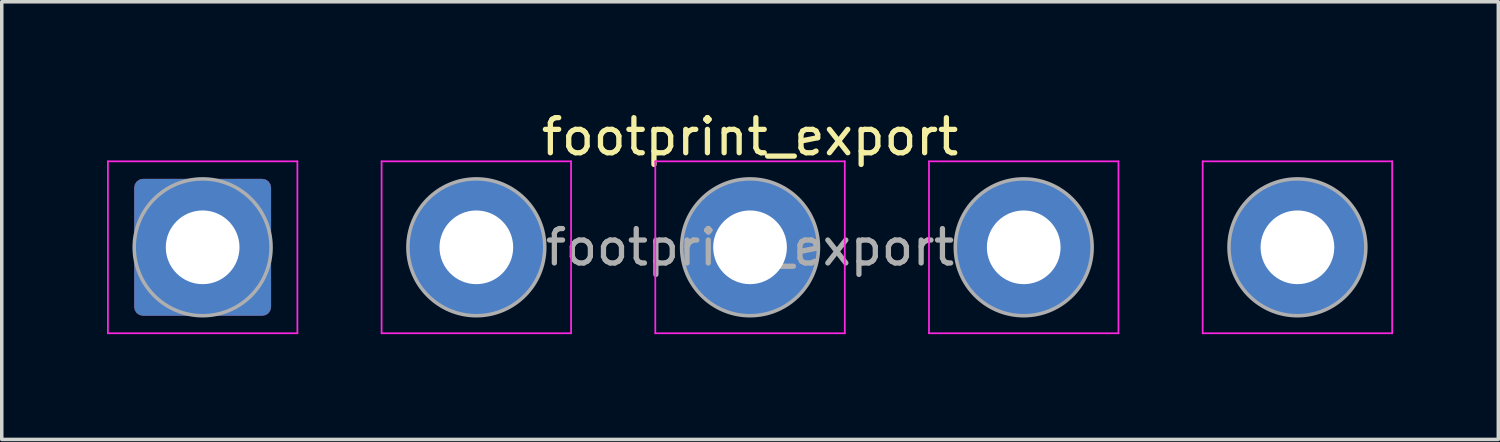
<source format=kicad_pcb>
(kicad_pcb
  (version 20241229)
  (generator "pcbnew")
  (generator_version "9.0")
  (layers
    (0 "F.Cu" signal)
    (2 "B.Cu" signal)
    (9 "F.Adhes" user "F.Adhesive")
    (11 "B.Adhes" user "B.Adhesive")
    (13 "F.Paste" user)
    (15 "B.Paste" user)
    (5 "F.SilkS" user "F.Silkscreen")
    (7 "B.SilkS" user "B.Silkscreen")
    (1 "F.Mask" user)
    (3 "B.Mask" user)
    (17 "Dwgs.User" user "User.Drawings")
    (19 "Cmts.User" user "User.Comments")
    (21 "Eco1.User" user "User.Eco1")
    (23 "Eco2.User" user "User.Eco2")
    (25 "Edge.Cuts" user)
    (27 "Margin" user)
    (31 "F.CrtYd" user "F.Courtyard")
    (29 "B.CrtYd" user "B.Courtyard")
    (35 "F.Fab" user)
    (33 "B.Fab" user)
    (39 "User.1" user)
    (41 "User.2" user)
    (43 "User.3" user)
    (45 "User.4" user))
  (footprint "footprint_export"
    (layer "F.Cu")
    (at 2.725 3.998)
    (property "Reference" "footprint_export" (at 15.6 -3.15 0) (layer "F.SilkS") (effects (font (size 1 1) (thickness 0.15))))
    (attr exclude_from_pos_files exclude_from_bom)
    (fp_line (start -2.7 -2.45) (end -2.7 2.45) (stroke (width 0.05) (type solid)) (layer "F.CrtYd"))
    (fp_line (start -2.7 2.45) (end 2.7 2.45) (stroke (width 0.05) (type solid)) (layer "F.CrtYd"))
    (fp_line (start 2.7 -2.45) (end -2.7 -2.45) (stroke (width 0.05) (type solid)) (layer "F.CrtYd"))
    (fp_line (start 2.7 2.45) (end 2.7 -2.45) (stroke (width 0.05) (type solid)) (layer "F.CrtYd"))
    (fp_line (start 5.1 -2.45) (end 5.1 2.45) (stroke (width 0.05) (type solid)) (layer "F.CrtYd"))
    (fp_line (start 5.1 2.45) (end 10.5 2.45) (stroke (width 0.05) (type solid)) (layer "F.CrtYd"))
    (fp_line (start 10.5 -2.45) (end 5.1 -2.45) (stroke (width 0.05) (type solid)) (layer "F.CrtYd"))
    (fp_line (start 10.5 2.45) (end 10.5 -2.45) (stroke (width 0.05) (type solid)) (layer "F.CrtYd"))
    (fp_line (start 12.9 -2.45) (end 12.9 2.45) (stroke (width 0.05) (type solid)) (layer "F.CrtYd"))
    (fp_line (start 12.9 2.45) (end 18.3 2.45) (stroke (width 0.05) (type solid)) (layer "F.CrtYd"))
    (fp_line (start 18.3 -2.45) (end 12.9 -2.45) (stroke (width 0.05) (type solid)) (layer "F.CrtYd"))
    (fp_line (start 18.3 2.45) (end 18.3 -2.45) (stroke (width 0.05) (type solid)) (layer "F.CrtYd"))
    (fp_line (start 20.7 -2.45) (end 20.7 2.45) (stroke (width 0.05) (type solid)) (layer "F.CrtYd"))
    (fp_line (start 20.7 2.45) (end 26.1 2.45) (stroke (width 0.05) (type solid)) (layer "F.CrtYd"))
    (fp_line (start 26.1 -2.45) (end 20.7 -2.45) (stroke (width 0.05) (type solid)) (layer "F.CrtYd"))
    (fp_line (start 26.1 2.45) (end 26.1 -2.45) (stroke (width 0.05) (type solid)) (layer "F.CrtYd"))
    (fp_line (start 28.5 -2.45) (end 28.5 2.45) (stroke (width 0.05) (type solid)) (layer "F.CrtYd"))
    (fp_line (start 28.5 2.45) (end 33.9 2.45) (stroke (width 0.05) (type solid)) (layer "F.CrtYd"))
    (fp_line (start 33.9 -2.45) (end 28.5 -2.45) (stroke (width 0.05) (type solid)) (layer "F.CrtYd"))
    (fp_line (start 33.9 2.45) (end 33.9 -2.45) (stroke (width 0.05) (type solid)) (layer "F.CrtYd"))
    (fp_circle (center 0 0) (end 1.95 0) (stroke (width 0.1) (type solid)) (fill no) (layer "F.Fab"))
    (fp_circle (center 7.8 0) (end 9.75 0) (stroke (width 0.1) (type solid)) (fill no) (layer "F.Fab"))
    (fp_circle (center 15.6 0) (end 17.55 0) (stroke (width 0.1) (type solid)) (fill no) (layer "F.Fab"))
    (fp_circle (center 23.4 0) (end 25.35 0) (stroke (width 0.1) (type solid)) (fill no) (layer "F.Fab"))
    (fp_circle (center 31.2 0) (end 33.15 0) (stroke (width 0.1) (type solid)) (fill no) (layer "F.Fab"))
    (fp_text user "${REFERENCE}" (at 15.6 0 0) (layer "F.Fab") (effects (font (size 0.98 0.98) (thickness 0.15))))
    (pad "1" thru_hole roundrect (at 0 0) (size 3.9 3.9) (drill 2.1) (layers "*.Cu" "*.Mask") (roundrect_rratio 0.064))
    (pad "2" thru_hole circle (at 7.8 0) (size 3.9 3.9) (drill 2.1) (layers "*.Cu" "*.Mask"))
    (pad "3" thru_hole circle (at 15.6 0) (size 3.9 3.9) (drill 2.1) (layers "*.Cu" "*.Mask"))
    (pad "4" thru_hole circle (at 23.4 0) (size 3.9 3.9) (drill 2.1) (layers "*.Cu" "*.Mask"))
    (pad "5" thru_hole circle (at 31.2 0) (size 3.9 3.9) (drill 2.1) (layers "*.Cu" "*.Mask")))
  (gr_rect
    (start -3 -3)
    (end 39.65 9.473)
    (stroke (width 0.1) (type default))
    (fill no)
    (layer "Edge.Cuts")))
</source>
